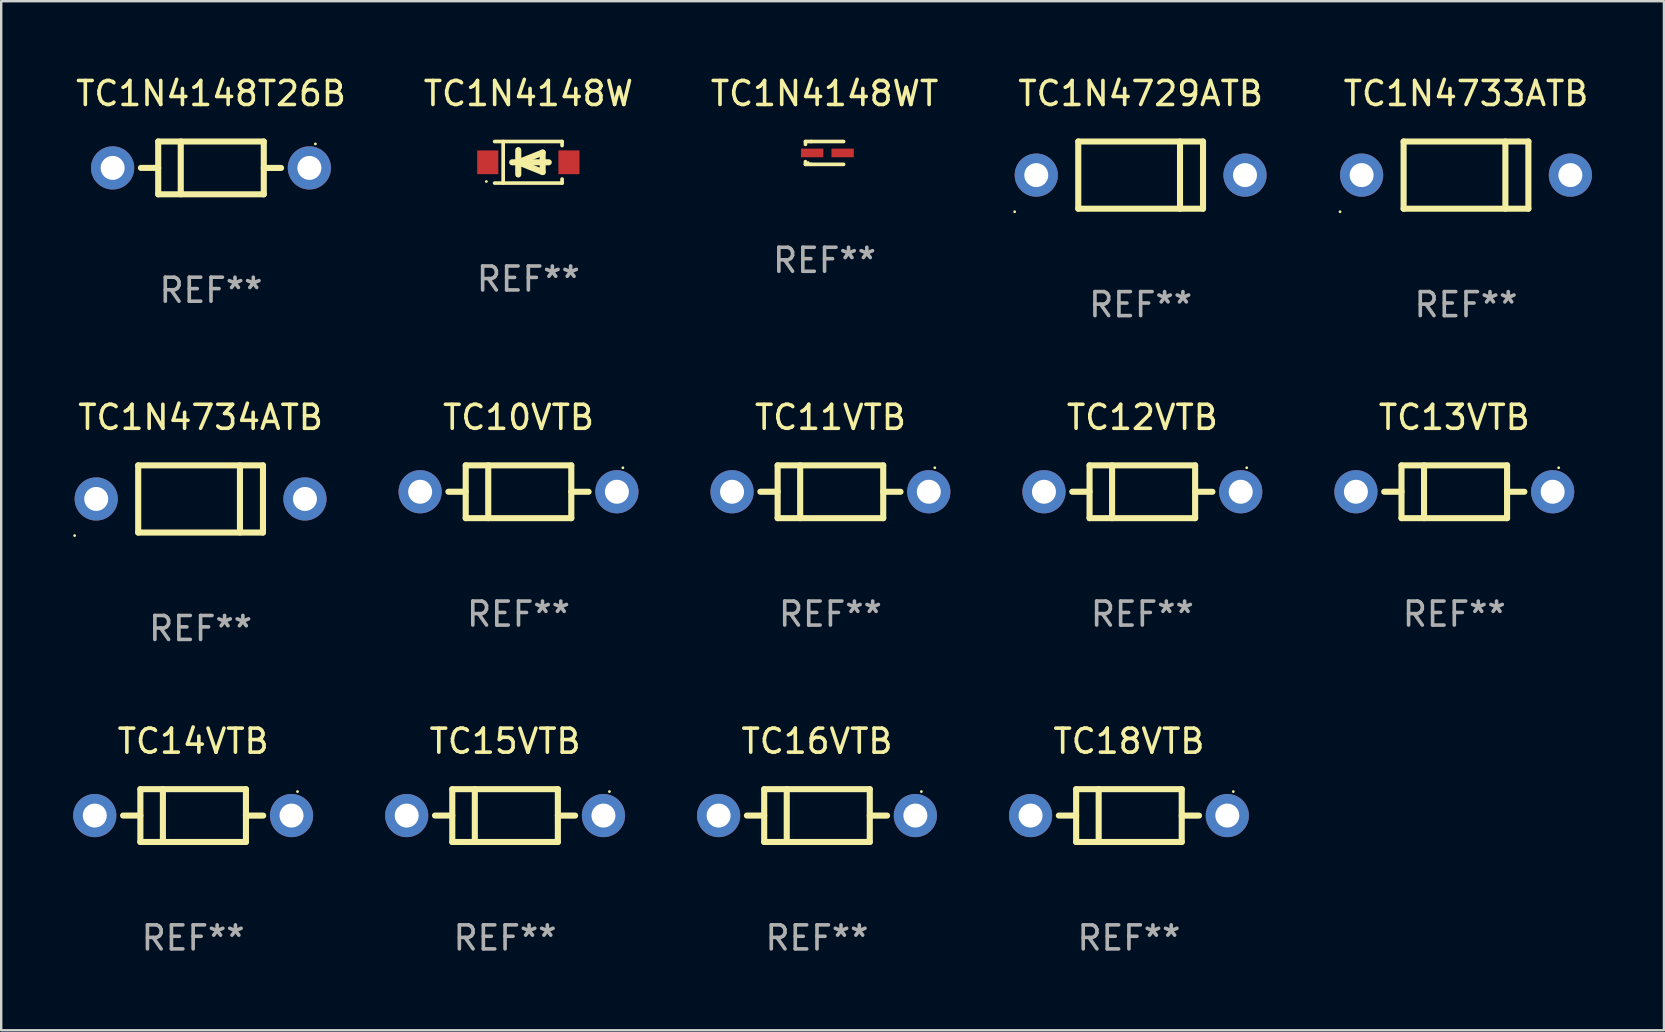
<source format=kicad_pcb>
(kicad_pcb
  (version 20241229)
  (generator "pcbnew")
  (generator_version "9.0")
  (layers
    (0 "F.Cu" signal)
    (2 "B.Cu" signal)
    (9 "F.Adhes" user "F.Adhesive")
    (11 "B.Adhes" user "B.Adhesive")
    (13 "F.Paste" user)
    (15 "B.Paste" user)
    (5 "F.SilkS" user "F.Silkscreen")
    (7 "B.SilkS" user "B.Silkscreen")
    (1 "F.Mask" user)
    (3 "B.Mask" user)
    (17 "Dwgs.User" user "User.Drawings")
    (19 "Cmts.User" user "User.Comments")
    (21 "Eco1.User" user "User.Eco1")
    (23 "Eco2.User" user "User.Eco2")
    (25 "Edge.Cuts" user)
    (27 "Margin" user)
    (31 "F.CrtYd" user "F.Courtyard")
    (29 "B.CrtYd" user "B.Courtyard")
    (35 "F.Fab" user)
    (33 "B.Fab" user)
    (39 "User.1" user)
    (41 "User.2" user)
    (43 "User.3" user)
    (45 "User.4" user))
  (footprint "TC10VTB"
    (layer "F.Cu")
    (at 18.56 17.445)
    (property "Reference" "TC10VTB" (at 0 -3.1 0) (layer "F.SilkS") (effects (font (size 1 1) (thickness 0.15))))
    (attr through_hole)
    (fp_line (start -2.2 -1.1) (end -2.2 1.1) (stroke (width 0.254) (type solid)) (layer "F.SilkS"))
    (fp_line (start -2.2 -1.1) (end 2.2 -1.1) (stroke (width 0.254) (type solid)) (layer "F.SilkS"))
    (fp_line (start -2.2 -0.001) (end -2.921 -0.001) (stroke (width 0.254) (type solid)) (layer "F.SilkS"))
    (fp_line (start -2.2 1.1) (end 2.2 1.1) (stroke (width 0.254) (type solid)) (layer "F.SilkS"))
    (fp_line (start -1.261 -1.1) (end -1.261 1.1) (stroke (width 0.254) (type solid)) (layer "F.SilkS"))
    (fp_line (start 2.2 -1.1) (end 2.2 1.1) (stroke (width 0.254) (type solid)) (layer "F.SilkS"))
    (fp_line (start 2.2 0.001) (end 2.921 0.001) (stroke (width 0.254) (type solid)) (layer "F.SilkS"))
    (fp_circle (center 4.35 -1) (end 4.38 -1) (stroke (width 0.06) (type solid)) (fill no) (layer "F.SilkS"))
    (fp_text user "REF**" (at 0 5.1 0) (layer "F.Fab") (effects (font (size 1 1) (thickness 0.15))))
    (pad "1" thru_hole circle (at 4.1 0) (size 1.8 1.8) (drill 1) (layers "*.Cu" "*.Mask"))
    (pad "2" thru_hole circle (at -4.1 0) (size 1.8 1.8) (drill 1) (layers "*.Cu" "*.Mask")))
  (footprint "TC1N4148WT"
    (layer "F.Cu")
    (at 31.315 3.324)
    (property "Reference" "TC1N4148WT" (at 0 -2.476 0) (layer "F.SilkS") (effects (font (size 1 1) (thickness 0.15))))
    (attr through_hole)
    (fp_line (start -0.795 -0.476) (end -0.795 -0.356) (stroke (width 0.152) (type solid)) (layer "F.SilkS"))
    (fp_line (start -0.795 0.363) (end -0.795 0.476) (stroke (width 0.152) (type solid)) (layer "F.SilkS"))
    (fp_line (start -0.795 0.476) (end -0.557 0.476) (stroke (width 0.152) (type solid)) (layer "F.SilkS"))
    (fp_line (start -0.557 -0.476) (end -0.795 -0.476) (stroke (width 0.152) (type solid)) (layer "F.SilkS"))
    (fp_line (start -0.557 -0.476) (end 0.795 -0.476) (stroke (width 0.152) (type solid)) (layer "F.SilkS"))
    (fp_line (start -0.557 0.476) (end 0.795 0.476) (stroke (width 0.152) (type solid)) (layer "F.SilkS"))
    (fp_circle (center -0.681 0.4) (end -0.651 0.4) (stroke (width 0.06) (type solid)) (fill no) (layer "F.SilkS"))
    (fp_text user "REF**" (at 0 4.476 0) (layer "F.Fab") (effects (font (size 1 1) (thickness 0.15))))
    (pad "1" smd rect (at -0.516 0 180) (size 0.93 0.36) (layers "F.Cu" "F.Mask" "F.Paste"))
    (pad "2" smd rect (at 0.754 0 180) (size 0.93 0.36) (layers "F.Cu" "F.Mask" "F.Paste")))
  (footprint "TC18VTB"
    (layer "F.Cu")
    (at 44.001 30.941)
    (property "Reference" "TC18VTB" (at 0 -3.1 0) (layer "F.SilkS") (effects (font (size 1 1) (thickness 0.15))))
    (attr through_hole)
    (fp_line (start -2.2 -1.1) (end -2.2 1.1) (stroke (width 0.254) (type solid)) (layer "F.SilkS"))
    (fp_line (start -2.2 -1.1) (end 2.2 -1.1) (stroke (width 0.254) (type solid)) (layer "F.SilkS"))
    (fp_line (start -2.2 -0.001) (end -2.921 -0.001) (stroke (width 0.254) (type solid)) (layer "F.SilkS"))
    (fp_line (start -2.2 1.1) (end 2.2 1.1) (stroke (width 0.254) (type solid)) (layer "F.SilkS"))
    (fp_line (start -1.261 -1.1) (end -1.261 1.1) (stroke (width 0.254) (type solid)) (layer "F.SilkS"))
    (fp_line (start 2.2 -1.1) (end 2.2 1.1) (stroke (width 0.254) (type solid)) (layer "F.SilkS"))
    (fp_line (start 2.2 0.001) (end 2.921 0.001) (stroke (width 0.254) (type solid)) (layer "F.SilkS"))
    (fp_circle (center 4.35 -1) (end 4.38 -1) (stroke (width 0.06) (type solid)) (fill no) (layer "F.SilkS"))
    (fp_text user "REF**" (at 0 5.1 0) (layer "F.Fab") (effects (font (size 1 1) (thickness 0.15))))
    (pad "1" thru_hole circle (at 4.1 0) (size 1.8 1.8) (drill 1) (layers "*.Cu" "*.Mask"))
    (pad "2" thru_hole circle (at -4.1 0) (size 1.8 1.8) (drill 1) (layers "*.Cu" "*.Mask")))
  (footprint "TC15VTB"
    (layer "F.Cu")
    (at 18 30.941)
    (property "Reference" "TC15VTB" (at 0 -3.1 0) (layer "F.SilkS") (effects (font (size 1 1) (thickness 0.15))))
    (attr through_hole)
    (fp_line (start -2.2 -1.1) (end -2.2 1.1) (stroke (width 0.254) (type solid)) (layer "F.SilkS"))
    (fp_line (start -2.2 -1.1) (end 2.2 -1.1) (stroke (width 0.254) (type solid)) (layer "F.SilkS"))
    (fp_line (start -2.2 -0.001) (end -2.921 -0.001) (stroke (width 0.254) (type solid)) (layer "F.SilkS"))
    (fp_line (start -2.2 1.1) (end 2.2 1.1) (stroke (width 0.254) (type solid)) (layer "F.SilkS"))
    (fp_line (start -1.261 -1.1) (end -1.261 1.1) (stroke (width 0.254) (type solid)) (layer "F.SilkS"))
    (fp_line (start 2.2 -1.1) (end 2.2 1.1) (stroke (width 0.254) (type solid)) (layer "F.SilkS"))
    (fp_line (start 2.2 0.001) (end 2.921 0.001) (stroke (width 0.254) (type solid)) (layer "F.SilkS"))
    (fp_circle (center 4.35 -1) (end 4.38 -1) (stroke (width 0.06) (type solid)) (fill no) (layer "F.SilkS"))
    (fp_text user "REF**" (at 0 5.1 0) (layer "F.Fab") (effects (font (size 1 1) (thickness 0.15))))
    (pad "1" thru_hole circle (at 4.1 0) (size 1.8 1.8) (drill 1) (layers "*.Cu" "*.Mask"))
    (pad "2" thru_hole circle (at -4.1 0) (size 1.8 1.8) (drill 1) (layers "*.Cu" "*.Mask")))
  (footprint "TC16VTB"
    (layer "F.Cu")
    (at 31 30.941)
    (property "Reference" "TC16VTB" (at 0 -3.1 0) (layer "F.SilkS") (effects (font (size 1 1) (thickness 0.15))))
    (attr through_hole)
    (fp_line (start -2.2 -1.1) (end -2.2 1.1) (stroke (width 0.254) (type solid)) (layer "F.SilkS"))
    (fp_line (start -2.2 -1.1) (end 2.2 -1.1) (stroke (width 0.254) (type solid)) (layer "F.SilkS"))
    (fp_line (start -2.2 -0.001) (end -2.921 -0.001) (stroke (width 0.254) (type solid)) (layer "F.SilkS"))
    (fp_line (start -2.2 1.1) (end 2.2 1.1) (stroke (width 0.254) (type solid)) (layer "F.SilkS"))
    (fp_line (start -1.261 -1.1) (end -1.261 1.1) (stroke (width 0.254) (type solid)) (layer "F.SilkS"))
    (fp_line (start 2.2 -1.1) (end 2.2 1.1) (stroke (width 0.254) (type solid)) (layer "F.SilkS"))
    (fp_line (start 2.2 0.001) (end 2.921 0.001) (stroke (width 0.254) (type solid)) (layer "F.SilkS"))
    (fp_circle (center 4.35 -1) (end 4.38 -1) (stroke (width 0.06) (type solid)) (fill no) (layer "F.SilkS"))
    (fp_text user "REF**" (at 0 5.1 0) (layer "F.Fab") (effects (font (size 1 1) (thickness 0.15))))
    (pad "1" thru_hole circle (at 4.1 0) (size 1.8 1.8) (drill 1) (layers "*.Cu" "*.Mask"))
    (pad "2" thru_hole circle (at -4.1 0) (size 1.8 1.8) (drill 1) (layers "*.Cu" "*.Mask")))
  (footprint "TC1N4734ATB"
    (layer "F.Cu")
    (at 5.31 17.745)
    (property "Reference" "TC1N4734ATB" (at 0 -3.4 0) (layer "F.SilkS") (effects (font (size 1 1) (thickness 0.15))))
    (attr through_hole)
    (fp_line (start -2.6 1.4) (end -2.6 -1.4) (stroke (width 0.254) (type solid)) (layer "F.SilkS"))
    (fp_line (start 1.641 1.4) (end 1.641 -1.4) (stroke (width 0.254) (type solid)) (layer "F.SilkS"))
    (fp_line (start 2.6 -1.4) (end -2.6 -1.4) (stroke (width 0.254) (type solid)) (layer "F.SilkS"))
    (fp_line (start 2.6 1.4) (end -2.6 1.4) (stroke (width 0.254) (type solid)) (layer "F.SilkS"))
    (fp_line (start 2.6 1.4) (end 2.6 -1.4) (stroke (width 0.254) (type solid)) (layer "F.SilkS"))
    (fp_circle (center -5.25 1.527) (end -5.22 1.527) (stroke (width 0.06) (type solid)) (fill no) (layer "F.SilkS"))
    (fp_text user "REF**" (at 0 5.4 0) (layer "F.Fab") (effects (font (size 1 1) (thickness 0.15))))
    (pad "1" thru_hole circle (at -4.35 0) (size 1.8 1.8) (drill 1) (layers "*.Cu" "*.Mask"))
    (pad "2" thru_hole circle (at 4.35 0) (size 1.8 1.8) (drill 1) (layers "*.Cu" "*.Mask")))
  (footprint "TC1N4148W"
    (layer "F.Cu")
    (at 18.97 3.714)
    (property "Reference" "TC1N4148W" (at 0 -2.866 0) (layer "F.SilkS") (effects (font (size 1 1) (thickness 0.15))))
    (attr through_hole)
    (fp_line (start -1.406 -0.866) (end 1.406 -0.866) (stroke (width 0.152) (type solid)) (layer "F.SilkS"))
    (fp_line (start -1.406 0.866) (end 1.406 0.866) (stroke (width 0.152) (type solid)) (layer "F.SilkS"))
    (fp_line (start -1.049 -0.866) (end -1.049 0.866) (stroke (width 0.152) (type solid)) (layer "F.SilkS"))
    (fp_line (start -0.674 0) (end 0.85 0) (stroke (width 0.254) (type solid)) (layer "F.SilkS"))
    (fp_line (start -0.42 -0.508) (end -0.42 0.508) (stroke (width 0.254) (type solid)) (layer "F.SilkS"))
    (fp_line (start -0.42 0) (end 0.596 -0.406) (stroke (width 0.254) (type solid)) (layer "F.SilkS"))
    (fp_line (start 0.596 -0.406) (end 0.596 0.406) (stroke (width 0.254) (type solid)) (layer "F.SilkS"))
    (fp_line (start 0.596 0.406) (end -0.42 0) (stroke (width 0.254) (type solid)) (layer "F.SilkS"))
    (fp_line (start 1.406 -0.866) (end 1.406 -0.698) (stroke (width 0.152) (type solid)) (layer "F.SilkS"))
    (fp_line (start 1.406 0.866) (end 1.406 0.698) (stroke (width 0.152) (type solid)) (layer "F.SilkS"))
    (fp_circle (center -1.75 0.8) (end -1.72 0.8) (stroke (width 0.06) (type solid)) (fill no) (layer "F.SilkS"))
    (fp_text user "REF**" (at 0 4.866 0) (layer "F.Fab") (effects (font (size 1 1) (thickness 0.15))))
    (pad "1" smd rect (at -1.692 0) (size 0.88 0.99) (layers "F.Cu" "F.Mask" "F.Paste"))
    (pad "2" smd rect (at 1.692 0) (size 0.88 0.99) (layers "F.Cu" "F.Mask" "F.Paste")))
  (footprint "TC14VTB"
    (layer "F.Cu")
    (at 5 30.941)
    (property "Reference" "TC14VTB" (at 0 -3.1 0) (layer "F.SilkS") (effects (font (size 1 1) (thickness 0.15))))
    (attr through_hole)
    (fp_line (start -2.2 -1.1) (end -2.2 1.1) (stroke (width 0.254) (type solid)) (layer "F.SilkS"))
    (fp_line (start -2.2 -1.1) (end 2.2 -1.1) (stroke (width 0.254) (type solid)) (layer "F.SilkS"))
    (fp_line (start -2.2 -0.001) (end -2.921 -0.001) (stroke (width 0.254) (type solid)) (layer "F.SilkS"))
    (fp_line (start -2.2 1.1) (end 2.2 1.1) (stroke (width 0.254) (type solid)) (layer "F.SilkS"))
    (fp_line (start -1.261 -1.1) (end -1.261 1.1) (stroke (width 0.254) (type solid)) (layer "F.SilkS"))
    (fp_line (start 2.2 -1.1) (end 2.2 1.1) (stroke (width 0.254) (type solid)) (layer "F.SilkS"))
    (fp_line (start 2.2 0.001) (end 2.921 0.001) (stroke (width 0.254) (type solid)) (layer "F.SilkS"))
    (fp_circle (center 4.35 -1) (end 4.38 -1) (stroke (width 0.06) (type solid)) (fill no) (layer "F.SilkS"))
    (fp_text user "REF**" (at 0 5.1 0) (layer "F.Fab") (effects (font (size 1 1) (thickness 0.15))))
    (pad "1" thru_hole circle (at 4.1 0) (size 1.8 1.8) (drill 1) (layers "*.Cu" "*.Mask"))
    (pad "2" thru_hole circle (at -4.1 0) (size 1.8 1.8) (drill 1) (layers "*.Cu" "*.Mask")))
  (footprint "TC12VTB"
    (layer "F.Cu")
    (at 44.56 17.445)
    (property "Reference" "TC12VTB" (at 0 -3.1 0) (layer "F.SilkS") (effects (font (size 1 1) (thickness 0.15))))
    (attr through_hole)
    (fp_line (start -2.2 -1.1) (end -2.2 1.1) (stroke (width 0.254) (type solid)) (layer "F.SilkS"))
    (fp_line (start -2.2 -1.1) (end 2.2 -1.1) (stroke (width 0.254) (type solid)) (layer "F.SilkS"))
    (fp_line (start -2.2 -0.001) (end -2.921 -0.001) (stroke (width 0.254) (type solid)) (layer "F.SilkS"))
    (fp_line (start -2.2 1.1) (end 2.2 1.1) (stroke (width 0.254) (type solid)) (layer "F.SilkS"))
    (fp_line (start -1.261 -1.1) (end -1.261 1.1) (stroke (width 0.254) (type solid)) (layer "F.SilkS"))
    (fp_line (start 2.2 -1.1) (end 2.2 1.1) (stroke (width 0.254) (type solid)) (layer "F.SilkS"))
    (fp_line (start 2.2 0.001) (end 2.921 0.001) (stroke (width 0.254) (type solid)) (layer "F.SilkS"))
    (fp_circle (center 4.35 -1) (end 4.38 -1) (stroke (width 0.06) (type solid)) (fill no) (layer "F.SilkS"))
    (fp_text user "REF**" (at 0 5.1 0) (layer "F.Fab") (effects (font (size 1 1) (thickness 0.15))))
    (pad "1" thru_hole circle (at 4.1 0) (size 1.8 1.8) (drill 1) (layers "*.Cu" "*.Mask"))
    (pad "2" thru_hole circle (at -4.1 0) (size 1.8 1.8) (drill 1) (layers "*.Cu" "*.Mask")))
  (footprint "TC11VTB"
    (layer "F.Cu")
    (at 31.56 17.445)
    (property "Reference" "TC11VTB" (at 0 -3.1 0) (layer "F.SilkS") (effects (font (size 1 1) (thickness 0.15))))
    (attr through_hole)
    (fp_line (start -2.2 -1.1) (end -2.2 1.1) (stroke (width 0.254) (type solid)) (layer "F.SilkS"))
    (fp_line (start -2.2 -1.1) (end 2.2 -1.1) (stroke (width 0.254) (type solid)) (layer "F.SilkS"))
    (fp_line (start -2.2 -0.001) (end -2.921 -0.001) (stroke (width 0.254) (type solid)) (layer "F.SilkS"))
    (fp_line (start -2.2 1.1) (end 2.2 1.1) (stroke (width 0.254) (type solid)) (layer "F.SilkS"))
    (fp_line (start -1.261 -1.1) (end -1.261 1.1) (stroke (width 0.254) (type solid)) (layer "F.SilkS"))
    (fp_line (start 2.2 -1.1) (end 2.2 1.1) (stroke (width 0.254) (type solid)) (layer "F.SilkS"))
    (fp_line (start 2.2 0.001) (end 2.921 0.001) (stroke (width 0.254) (type solid)) (layer "F.SilkS"))
    (fp_circle (center 4.35 -1) (end 4.38 -1) (stroke (width 0.06) (type solid)) (fill no) (layer "F.SilkS"))
    (fp_text user "REF**" (at 0 5.1 0) (layer "F.Fab") (effects (font (size 1 1) (thickness 0.15))))
    (pad "1" thru_hole circle (at 4.1 0) (size 1.8 1.8) (drill 1) (layers "*.Cu" "*.Mask"))
    (pad "2" thru_hole circle (at -4.1 0) (size 1.8 1.8) (drill 1) (layers "*.Cu" "*.Mask")))
  (footprint "TC13VTB"
    (layer "F.Cu")
    (at 57.561 17.445)
    (property "Reference" "TC13VTB" (at 0 -3.1 0) (layer "F.SilkS") (effects (font (size 1 1) (thickness 0.15))))
    (attr through_hole)
    (fp_line (start -2.2 -1.1) (end -2.2 1.1) (stroke (width 0.254) (type solid)) (layer "F.SilkS"))
    (fp_line (start -2.2 -1.1) (end 2.2 -1.1) (stroke (width 0.254) (type solid)) (layer "F.SilkS"))
    (fp_line (start -2.2 -0.001) (end -2.921 -0.001) (stroke (width 0.254) (type solid)) (layer "F.SilkS"))
    (fp_line (start -2.2 1.1) (end 2.2 1.1) (stroke (width 0.254) (type solid)) (layer "F.SilkS"))
    (fp_line (start -1.261 -1.1) (end -1.261 1.1) (stroke (width 0.254) (type solid)) (layer "F.SilkS"))
    (fp_line (start 2.2 -1.1) (end 2.2 1.1) (stroke (width 0.254) (type solid)) (layer "F.SilkS"))
    (fp_line (start 2.2 0.001) (end 2.921 0.001) (stroke (width 0.254) (type solid)) (layer "F.SilkS"))
    (fp_circle (center 4.35 -1) (end 4.38 -1) (stroke (width 0.06) (type solid)) (fill no) (layer "F.SilkS"))
    (fp_text user "REF**" (at 0 5.1 0) (layer "F.Fab") (effects (font (size 1 1) (thickness 0.15))))
    (pad "1" thru_hole circle (at 4.1 0) (size 1.8 1.8) (drill 1) (layers "*.Cu" "*.Mask"))
    (pad "2" thru_hole circle (at -4.1 0) (size 1.8 1.8) (drill 1) (layers "*.Cu" "*.Mask")))
  (footprint "TC1N4729ATB"
    (layer "F.Cu")
    (at 44.489 4.248)
    (property "Reference" "TC1N4729ATB" (at 0 -3.4 0) (layer "F.SilkS") (effects (font (size 1 1) (thickness 0.15))))
    (attr through_hole)
    (fp_line (start -2.6 1.4) (end -2.6 -1.4) (stroke (width 0.254) (type solid)) (layer "F.SilkS"))
    (fp_line (start 1.641 1.4) (end 1.641 -1.4) (stroke (width 0.254) (type solid)) (layer "F.SilkS"))
    (fp_line (start 2.6 -1.4) (end -2.6 -1.4) (stroke (width 0.254) (type solid)) (layer "F.SilkS"))
    (fp_line (start 2.6 1.4) (end -2.6 1.4) (stroke (width 0.254) (type solid)) (layer "F.SilkS"))
    (fp_line (start 2.6 1.4) (end 2.6 -1.4) (stroke (width 0.254) (type solid)) (layer "F.SilkS"))
    (fp_circle (center -5.25 1.527) (end -5.22 1.527) (stroke (width 0.06) (type solid)) (fill no) (layer "F.SilkS"))
    (fp_text user "REF**" (at 0 5.4 0) (layer "F.Fab") (effects (font (size 1 1) (thickness 0.15))))
    (pad "1" thru_hole circle (at -4.35 0) (size 1.8 1.8) (drill 1) (layers "*.Cu" "*.Mask"))
    (pad "2" thru_hole circle (at 4.35 0) (size 1.8 1.8) (drill 1) (layers "*.Cu" "*.Mask")))
  (footprint "TC1N4148T26B"
    (layer "F.Cu")
    (at 5.744 3.948)
    (property "Reference" "TC1N4148T26B" (at 0 -3.1 0) (layer "F.SilkS") (effects (font (size 1 1) (thickness 0.15))))
    (attr through_hole)
    (fp_line (start -2.2 -1.1) (end -2.2 1.1) (stroke (width 0.254) (type solid)) (layer "F.SilkS"))
    (fp_line (start -2.2 -1.1) (end 2.2 -1.1) (stroke (width 0.254) (type solid)) (layer "F.SilkS"))
    (fp_line (start -2.2 -0.001) (end -2.921 -0.001) (stroke (width 0.254) (type solid)) (layer "F.SilkS"))
    (fp_line (start -2.2 1.1) (end 2.2 1.1) (stroke (width 0.254) (type solid)) (layer "F.SilkS"))
    (fp_line (start -1.261 -1.1) (end -1.261 1.1) (stroke (width 0.254) (type solid)) (layer "F.SilkS"))
    (fp_line (start 2.2 -1.1) (end 2.2 1.1) (stroke (width 0.254) (type solid)) (layer "F.SilkS"))
    (fp_line (start 2.2 0.001) (end 2.921 0.001) (stroke (width 0.254) (type solid)) (layer "F.SilkS"))
    (fp_circle (center 4.35 -1) (end 4.38 -1) (stroke (width 0.06) (type solid)) (fill no) (layer "F.SilkS"))
    (fp_text user "REF**" (at 0 5.1 0) (layer "F.Fab") (effects (font (size 1 1) (thickness 0.15))))
    (pad "1" thru_hole circle (at 4.1 0) (size 1.8 1.8) (drill 1) (layers "*.Cu" "*.Mask"))
    (pad "2" thru_hole circle (at -4.1 0) (size 1.8 1.8) (drill 1) (layers "*.Cu" "*.Mask")))
  (footprint "TC1N4733ATB"
    (layer "F.Cu")
    (at 58.049 4.248)
    (property "Reference" "TC1N4733ATB" (at 0 -3.4 0) (layer "F.SilkS") (effects (font (size 1 1) (thickness 0.15))))
    (attr through_hole)
    (fp_line (start -2.6 1.4) (end -2.6 -1.4) (stroke (width 0.254) (type solid)) (layer "F.SilkS"))
    (fp_line (start 1.641 1.4) (end 1.641 -1.4) (stroke (width 0.254) (type solid)) (layer "F.SilkS"))
    (fp_line (start 2.6 -1.4) (end -2.6 -1.4) (stroke (width 0.254) (type solid)) (layer "F.SilkS"))
    (fp_line (start 2.6 1.4) (end -2.6 1.4) (stroke (width 0.254) (type solid)) (layer "F.SilkS"))
    (fp_line (start 2.6 1.4) (end 2.6 -1.4) (stroke (width 0.254) (type solid)) (layer "F.SilkS"))
    (fp_circle (center -5.25 1.527) (end -5.22 1.527) (stroke (width 0.06) (type solid)) (fill no) (layer "F.SilkS"))
    (fp_text user "REF**" (at 0 5.4 0) (layer "F.Fab") (effects (font (size 1 1) (thickness 0.15))))
    (pad "1" thru_hole circle (at -4.35 0) (size 1.8 1.8) (drill 1) (layers "*.Cu" "*.Mask"))
    (pad "2" thru_hole circle (at 4.35 0) (size 1.8 1.8) (drill 1) (layers "*.Cu" "*.Mask")))
  (gr_rect
    (start -3 -3)
    (end 66.299 39.889)
    (stroke (width 0.1) (type default))
    (fill no)
    (layer "Edge.Cuts")))
</source>
